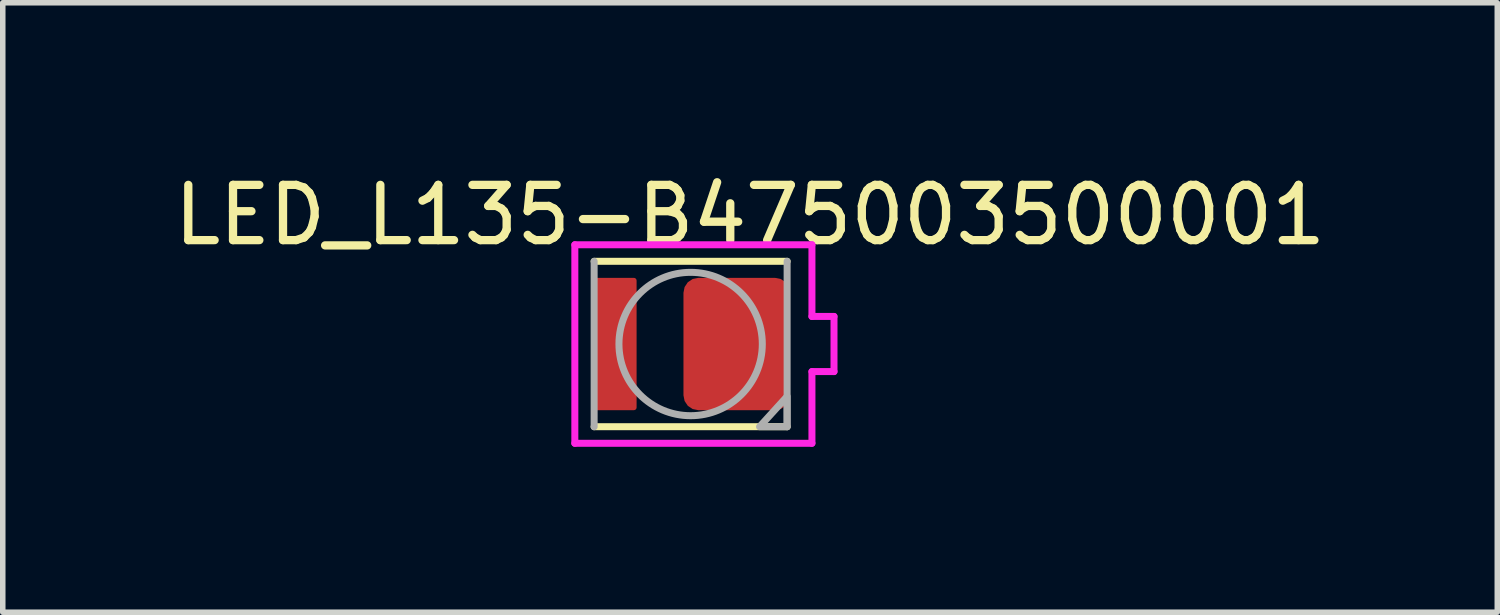
<source format=kicad_pcb>
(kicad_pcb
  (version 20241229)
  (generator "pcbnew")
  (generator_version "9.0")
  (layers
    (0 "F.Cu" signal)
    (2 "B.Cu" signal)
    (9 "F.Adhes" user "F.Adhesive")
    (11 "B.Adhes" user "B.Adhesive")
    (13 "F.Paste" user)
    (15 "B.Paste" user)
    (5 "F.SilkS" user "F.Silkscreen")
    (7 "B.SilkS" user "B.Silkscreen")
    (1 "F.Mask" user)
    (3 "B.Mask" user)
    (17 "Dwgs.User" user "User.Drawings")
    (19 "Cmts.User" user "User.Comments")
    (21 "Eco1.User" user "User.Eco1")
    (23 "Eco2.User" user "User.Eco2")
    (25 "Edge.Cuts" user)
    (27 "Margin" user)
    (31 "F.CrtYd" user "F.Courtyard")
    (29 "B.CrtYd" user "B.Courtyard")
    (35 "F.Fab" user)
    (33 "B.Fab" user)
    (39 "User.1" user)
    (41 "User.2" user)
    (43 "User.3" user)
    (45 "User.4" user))
  (footprint "LED_L135-B475003500001"
    (layer "F.Cu")
    (at 9.475 3.189)
    (property "Reference" "LED_L135-B475003500001" (at 1.077 -2.34 0) (layer "F.SilkS") (effects (font (size 1.002 1.002) (thickness 0.15))))
    (attr smd)
    (fp_poly (pts (xy 1.901 -0.25) (xy 2.4 -0.25) (xy 2.4 0.25) (xy 1.901 0.25)) (stroke (width 0.01) (type solid)) (fill yes) (layer "F.Mask"))
    (fp_line (start -1.75 -1.5) (end 1.75 -1.5) (stroke (width 0.127) (type solid)) (layer "F.SilkS"))
    (fp_line (start -1.75 1.5) (end 1.75 1.5) (stroke (width 0.127) (type solid)) (layer "F.SilkS"))
    (fp_line (start -2.1 -1.8) (end 2.2 -1.8) (stroke (width 0.127) (type solid)) (layer "F.CrtYd"))
    (fp_line (start -2.1 1.8) (end -2.1 -1.8) (stroke (width 0.127) (type solid)) (layer "F.CrtYd"))
    (fp_line (start 2.2 -1.8) (end 2.2 -0.5) (stroke (width 0.127) (type solid)) (layer "F.CrtYd"))
    (fp_line (start 2.2 -0.5) (end 2.6 -0.5) (stroke (width 0.127) (type solid)) (layer "F.CrtYd"))
    (fp_line (start 2.2 0.5) (end 2.2 1.8) (stroke (width 0.127) (type solid)) (layer "F.CrtYd"))
    (fp_line (start 2.2 1.8) (end -2.1 1.8) (stroke (width 0.127) (type solid)) (layer "F.CrtYd"))
    (fp_line (start 2.6 -0.5) (end 2.6 0.5) (stroke (width 0.127) (type solid)) (layer "F.CrtYd"))
    (fp_line (start 2.6 0.5) (end 2.2 0.5) (stroke (width 0.127) (type solid)) (layer "F.CrtYd"))
    (fp_line (start -1.75 -1.5) (end -1.75 1.5) (stroke (width 0.127) (type solid)) (layer "F.Fab"))
    (fp_line (start 1.75 -1.5) (end 1.75 1.5) (stroke (width 0.127) (type solid)) (layer "F.Fab"))
    (fp_circle (center 0 0) (end 1.3 0) (stroke (width 0.127) (type solid)) (fill no) (layer "F.Fab"))
    (fp_poly (pts (xy 1.75 0.95) (xy 1.75 1.5) (xy 1.25 1.5)) (stroke (width 0.127) (type solid)) (fill no) (layer "F.Fab"))
    (pad "A" smd roundrect (at -1.39 0 90) (size 2.4 0.82) (layers "F.Cu" "F.Mask" "F.Paste") (roundrect_rratio 0.06))
    (pad "C" smd roundrect (at 0.835 0 90) (size 2.4 1.93) (layers "F.Cu" "F.Mask" "F.Paste") (roundrect_rratio 0.14)))
  (gr_rect
    (start -3 -3)
    (end 24.104 8.053)
    (stroke (width 0.1) (type default))
    (fill no)
    (layer "Edge.Cuts")))
</source>
